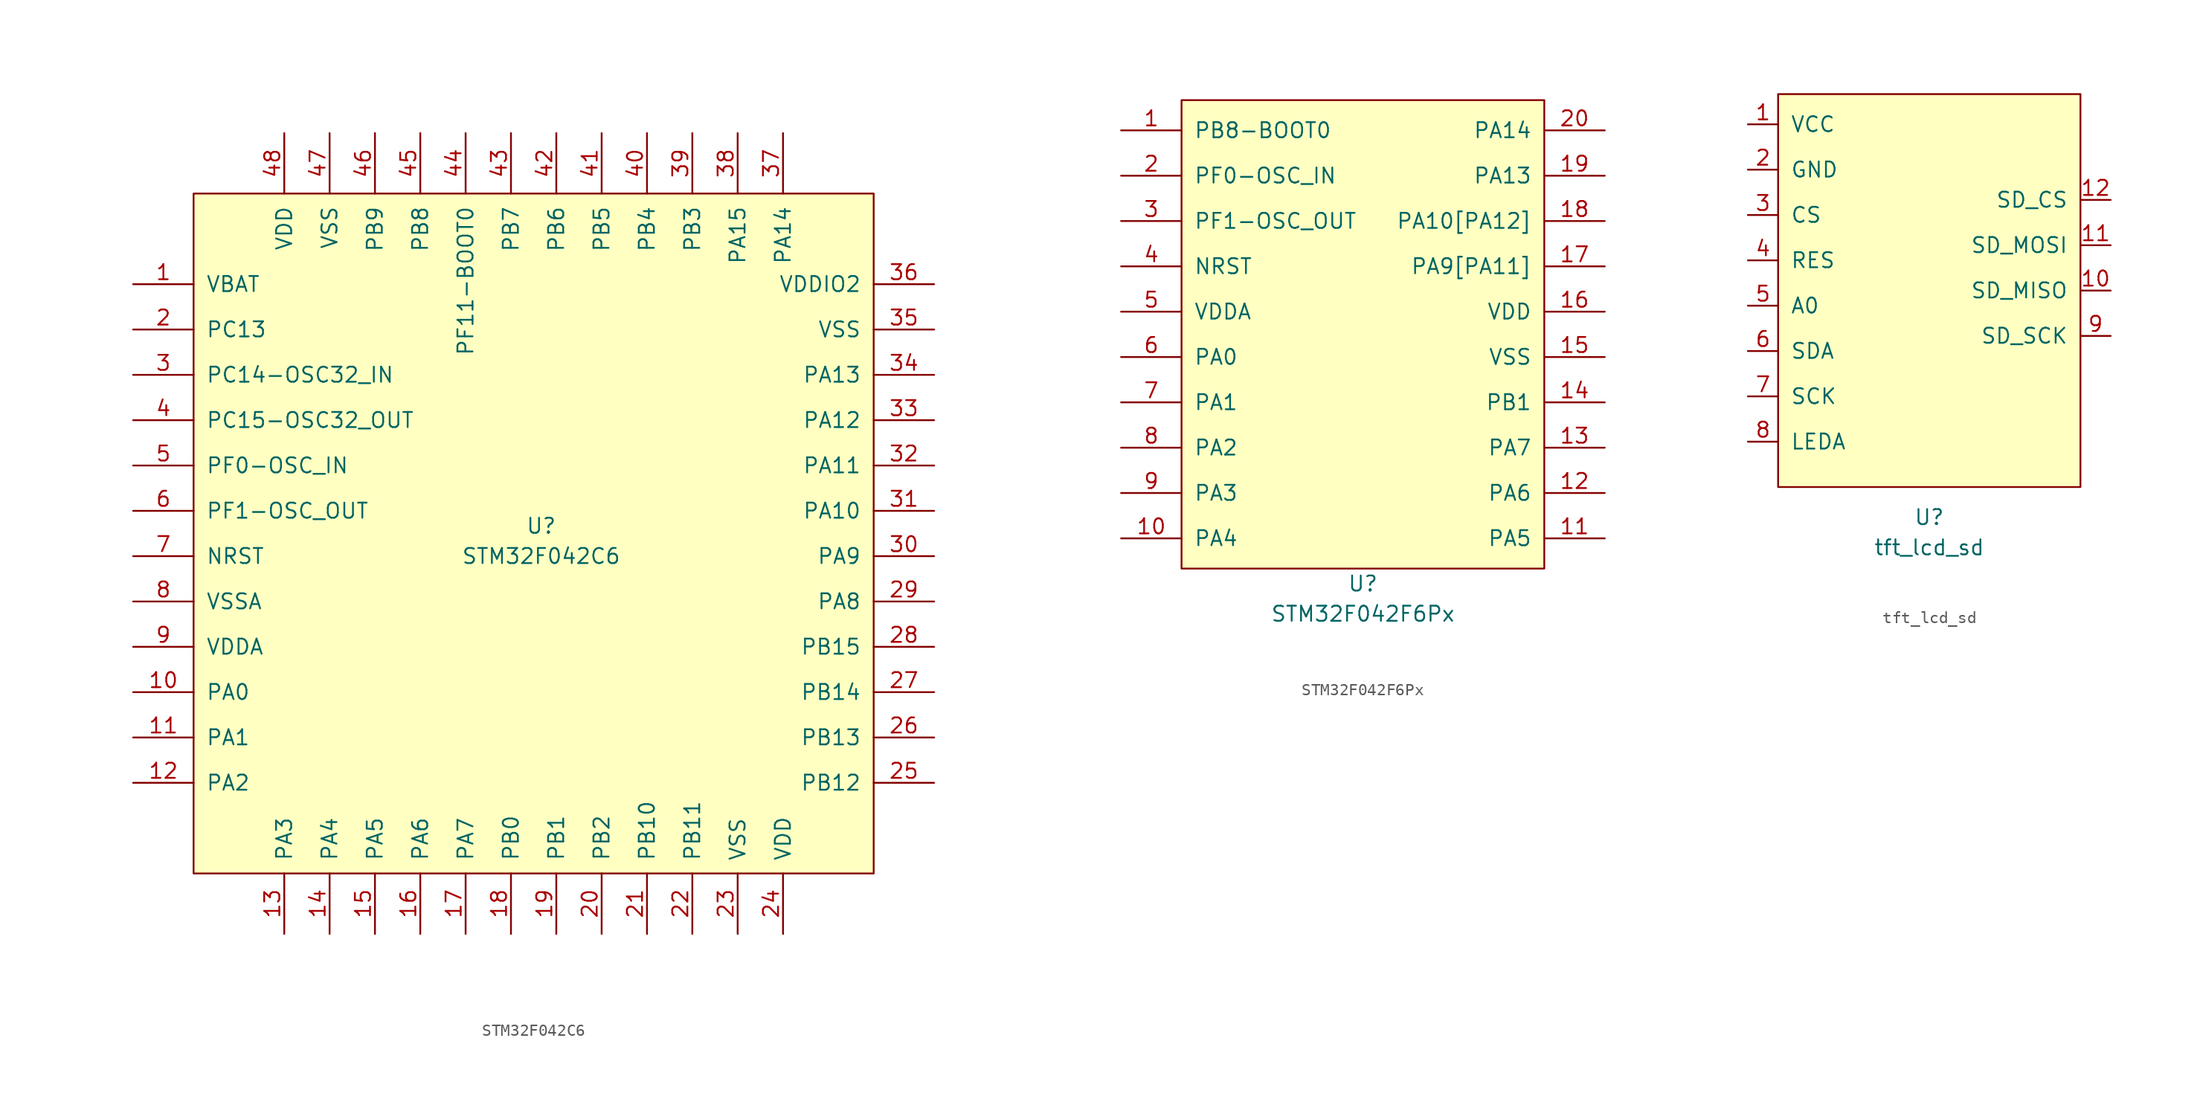
<source format=kicad_sym>
(kicad_symbol_lib
  (version 20211014)
  (generator kicad_symbol_editor)
  (symbol "STM32F042C6"
    (pin_names
      (offset 1.016))
    (property "Reference" "U"
      (at 0 1.27 0)
      (effects (font (size 1.27 1.27))))
    (property "Value" "STM32F042C6"
      (at 0 -1.27 0)
      (effects (font (size 1.27 1.27))))
    (symbol "STM32F042C6_0_1"
      (rectangle (start -29.21 29.21) (end 27.94 -27.94) (stroke (width 0) (type default) (color 0 0 0 0)) (fill (type background))))
    (symbol "STM32F042C6_1_1"
      (pin power_in line (at -34.29 21.59 0) (length 5.08) (name "VBAT" (effects (font (size 1.27 1.27)))) (number "1" (effects (font (size 1.27 1.27)))))
      (pin passive line (at -34.29 -12.7 0) (length 5.08) (name "PA0" (effects (font (size 1.27 1.27)))) (number "10" (effects (font (size 1.27 1.27)))))
      (pin passive line (at -34.29 -16.51 0) (length 5.08) (name "PA1" (effects (font (size 1.27 1.27)))) (number "11" (effects (font (size 1.27 1.27)))))
      (pin passive line (at -34.29 -20.32 0) (length 5.08) (name "PA2" (effects (font (size 1.27 1.27)))) (number "12" (effects (font (size 1.27 1.27)))))
      (pin passive line (at -21.59 -33.02 90) (length 5.08) (name "PA3" (effects (font (size 1.27 1.27)))) (number "13" (effects (font (size 1.27 1.27)))))
      (pin passive line (at -17.78 -33.02 90) (length 5.08) (name "PA4" (effects (font (size 1.27 1.27)))) (number "14" (effects (font (size 1.27 1.27)))))
      (pin passive line (at -13.97 -33.02 90) (length 5.08) (name "PA5" (effects (font (size 1.27 1.27)))) (number "15" (effects (font (size 1.27 1.27)))))
      (pin passive line (at -10.16 -33.02 90) (length 5.08) (name "PA6" (effects (font (size 1.27 1.27)))) (number "16" (effects (font (size 1.27 1.27)))))
      (pin passive line (at -6.35 -33.02 90) (length 5.08) (name "PA7" (effects (font (size 1.27 1.27)))) (number "17" (effects (font (size 1.27 1.27)))))
      (pin passive line (at -2.54 -33.02 90) (length 5.08) (name "PB0" (effects (font (size 1.27 1.27)))) (number "18" (effects (font (size 1.27 1.27)))))
      (pin passive line (at 1.27 -33.02 90) (length 5.08) (name "PB1" (effects (font (size 1.27 1.27)))) (number "19" (effects (font (size 1.27 1.27)))))
      (pin passive line (at -34.29 17.78 0) (length 5.08) (name "PC13" (effects (font (size 1.27 1.27)))) (number "2" (effects (font (size 1.27 1.27)))))
      (pin passive line (at 5.08 -33.02 90) (length 5.08) (name "PB2" (effects (font (size 1.27 1.27)))) (number "20" (effects (font (size 1.27 1.27)))))
      (pin passive line (at 8.89 -33.02 90) (length 5.08) (name "PB10" (effects (font (size 1.27 1.27)))) (number "21" (effects (font (size 1.27 1.27)))))
      (pin passive line (at 12.7 -33.02 90) (length 5.08) (name "PB11" (effects (font (size 1.27 1.27)))) (number "22" (effects (font (size 1.27 1.27)))))
      (pin power_in line (at 16.51 -33.02 90) (length 5.08) (name "VSS" (effects (font (size 1.27 1.27)))) (number "23" (effects (font (size 1.27 1.27)))))
      (pin power_in line (at 20.32 -33.02 90) (length 5.08) (name "VDD" (effects (font (size 1.27 1.27)))) (number "24" (effects (font (size 1.27 1.27)))))
      (pin passive line (at 33.02 -20.32 180) (length 5.08) (name "PB12" (effects (font (size 1.27 1.27)))) (number "25" (effects (font (size 1.27 1.27)))))
      (pin passive line (at 33.02 -16.51 180) (length 5.08) (name "PB13" (effects (font (size 1.27 1.27)))) (number "26" (effects (font (size 1.27 1.27)))))
      (pin passive line (at 33.02 -12.7 180) (length 5.08) (name "PB14" (effects (font (size 1.27 1.27)))) (number "27" (effects (font (size 1.27 1.27)))))
      (pin passive line (at 33.02 -8.89 180) (length 5.08) (name "PB15" (effects (font (size 1.27 1.27)))) (number "28" (effects (font (size 1.27 1.27)))))
      (pin passive line (at 33.02 -5.08 180) (length 5.08) (name "PA8" (effects (font (size 1.27 1.27)))) (number "29" (effects (font (size 1.27 1.27)))))
      (pin passive line (at -34.29 13.97 0) (length 5.08) (name "PC14-OSC32_IN" (effects (font (size 1.27 1.27)))) (number "3" (effects (font (size 1.27 1.27)))))
      (pin passive line (at 33.02 -1.27 180) (length 5.08) (name "PA9" (effects (font (size 1.27 1.27)))) (number "30" (effects (font (size 1.27 1.27)))))
      (pin passive line (at 33.02 2.54 180) (length 5.08) (name "PA10" (effects (font (size 1.27 1.27)))) (number "31" (effects (font (size 1.27 1.27)))))
      (pin passive line (at 33.02 6.35 180) (length 5.08) (name "PA11" (effects (font (size 1.27 1.27)))) (number "32" (effects (font (size 1.27 1.27)))))
      (pin passive line (at 33.02 10.16 180) (length 5.08) (name "PA12" (effects (font (size 1.27 1.27)))) (number "33" (effects (font (size 1.27 1.27)))))
      (pin passive line (at 33.02 13.97 180) (length 5.08) (name "PA13" (effects (font (size 1.27 1.27)))) (number "34" (effects (font (size 1.27 1.27)))))
      (pin power_in line (at 33.02 17.78 180) (length 5.08) (name "VSS" (effects (font (size 1.27 1.27)))) (number "35" (effects (font (size 1.27 1.27)))))
      (pin power_in line (at 33.02 21.59 180) (length 5.08) (name "VDDIO2" (effects (font (size 1.27 1.27)))) (number "36" (effects (font (size 1.27 1.27)))))
      (pin passive line (at 20.32 34.29 270) (length 5.08) (name "PA14" (effects (font (size 1.27 1.27)))) (number "37" (effects (font (size 1.27 1.27)))))
      (pin passive line (at 16.51 34.29 270) (length 5.08) (name "PA15" (effects (font (size 1.27 1.27)))) (number "38" (effects (font (size 1.27 1.27)))))
      (pin passive line (at 12.7 34.29 270) (length 5.08) (name "PB3" (effects (font (size 1.27 1.27)))) (number "39" (effects (font (size 1.27 1.27)))))
      (pin passive line (at -34.29 10.16 0) (length 5.08) (name "PC15-OSC32_OUT" (effects (font (size 1.27 1.27)))) (number "4" (effects (font (size 1.27 1.27)))))
      (pin passive line (at 8.89 34.29 270) (length 5.08) (name "PB4" (effects (font (size 1.27 1.27)))) (number "40" (effects (font (size 1.27 1.27)))))
      (pin passive line (at 5.08 34.29 270) (length 5.08) (name "PB5" (effects (font (size 1.27 1.27)))) (number "41" (effects (font (size 1.27 1.27)))))
      (pin passive line (at 1.27 34.29 270) (length 5.08) (name "PB6" (effects (font (size 1.27 1.27)))) (number "42" (effects (font (size 1.27 1.27)))))
      (pin passive line (at -2.54 34.29 270) (length 5.08) (name "PB7" (effects (font (size 1.27 1.27)))) (number "43" (effects (font (size 1.27 1.27)))))
      (pin passive line (at -6.35 34.29 270) (length 5.08) (name "PF11-BOOT0" (effects (font (size 1.27 1.27)))) (number "44" (effects (font (size 1.27 1.27)))))
      (pin passive line (at -10.16 34.29 270) (length 5.08) (name "PB8" (effects (font (size 1.27 1.27)))) (number "45" (effects (font (size 1.27 1.27)))))
      (pin passive line (at -13.97 34.29 270) (length 5.08) (name "PB9" (effects (font (size 1.27 1.27)))) (number "46" (effects (font (size 1.27 1.27)))))
      (pin power_in line (at -17.78 34.29 270) (length 5.08) (name "VSS" (effects (font (size 1.27 1.27)))) (number "47" (effects (font (size 1.27 1.27)))))
      (pin power_in line (at -21.59 34.29 270) (length 5.08) (name "VDD" (effects (font (size 1.27 1.27)))) (number "48" (effects (font (size 1.27 1.27)))))
      (pin passive line (at -34.29 6.35 0) (length 5.08) (name "PF0-OSC_IN" (effects (font (size 1.27 1.27)))) (number "5" (effects (font (size 1.27 1.27)))))
      (pin passive line (at -34.29 2.54 0) (length 5.08) (name "PF1-OSC_OUT" (effects (font (size 1.27 1.27)))) (number "6" (effects (font (size 1.27 1.27)))))
      (pin passive line (at -34.29 -1.27 0) (length 5.08) (name "NRST" (effects (font (size 1.27 1.27)))) (number "7" (effects (font (size 1.27 1.27)))))
      (pin power_in line (at -34.29 -5.08 0) (length 5.08) (name "VSSA" (effects (font (size 1.27 1.27)))) (number "8" (effects (font (size 1.27 1.27)))))
      (pin power_in line (at -34.29 -8.89 0) (length 5.08) (name "VDDA" (effects (font (size 1.27 1.27)))) (number "9" (effects (font (size 1.27 1.27)))))))
  (symbol "STM32F042F6Px"
    (pin_names
      (offset 1.016))
    (property "Reference" "U"
      (at 0 -17.78 0)
      (effects (font (size 1.27 1.27))))
    (property "Value" "STM32F042F6Px"
      (at 0 -20.32 0)
      (effects (font (size 1.27 1.27))))
    (symbol "STM32F042F6Px_0_1"
      (rectangle (start -15.24 22.86) (end 15.24 -16.51) (stroke (width 0) (type default) (color 0 0 0 0)) (fill (type background))))
    (symbol "STM32F042F6Px_1_1"
      (pin passive line (at -20.32 20.32 0) (length 5.08) (name "PB8-BOOT0" (effects (font (size 1.27 1.27)))) (number "1" (effects (font (size 1.27 1.27)))))
      (pin passive line (at -20.32 -13.97 0) (length 5.08) (name "PA4" (effects (font (size 1.27 1.27)))) (number "10" (effects (font (size 1.27 1.27)))))
      (pin passive line (at 20.32 -13.97 180) (length 5.08) (name "PA5" (effects (font (size 1.27 1.27)))) (number "11" (effects (font (size 1.27 1.27)))))
      (pin passive line (at 20.32 -10.16 180) (length 5.08) (name "PA6" (effects (font (size 1.27 1.27)))) (number "12" (effects (font (size 1.27 1.27)))))
      (pin passive line (at 20.32 -6.35 180) (length 5.08) (name "PA7" (effects (font (size 1.27 1.27)))) (number "13" (effects (font (size 1.27 1.27)))))
      (pin passive line (at 20.32 -2.54 180) (length 5.08) (name "PB1" (effects (font (size 1.27 1.27)))) (number "14" (effects (font (size 1.27 1.27)))))
      (pin power_in line (at 20.32 1.27 180) (length 5.08) (name "VSS" (effects (font (size 1.27 1.27)))) (number "15" (effects (font (size 1.27 1.27)))))
      (pin power_in line (at 20.32 5.08 180) (length 5.08) (name "VDD" (effects (font (size 1.27 1.27)))) (number "16" (effects (font (size 1.27 1.27)))))
      (pin passive line (at 20.32 8.89 180) (length 5.08) (name "PA9[PA11]" (effects (font (size 1.27 1.27)))) (number "17" (effects (font (size 1.27 1.27)))))
      (pin passive line (at 20.32 12.7 180) (length 5.08) (name "PA10[PA12]" (effects (font (size 1.27 1.27)))) (number "18" (effects (font (size 1.27 1.27)))))
      (pin passive line (at 20.32 16.51 180) (length 5.08) (name "PA13" (effects (font (size 1.27 1.27)))) (number "19" (effects (font (size 1.27 1.27)))))
      (pin passive line (at -20.32 16.51 0) (length 5.08) (name "PF0-OSC_IN" (effects (font (size 1.27 1.27)))) (number "2" (effects (font (size 1.27 1.27)))))
      (pin passive line (at 20.32 20.32 180) (length 5.08) (name "PA14" (effects (font (size 1.27 1.27)))) (number "20" (effects (font (size 1.27 1.27)))))
      (pin passive line (at -20.32 12.7 0) (length 5.08) (name "PF1-OSC_OUT" (effects (font (size 1.27 1.27)))) (number "3" (effects (font (size 1.27 1.27)))))
      (pin passive line (at -20.32 8.89 0) (length 5.08) (name "NRST" (effects (font (size 1.27 1.27)))) (number "4" (effects (font (size 1.27 1.27)))))
      (pin power_in line (at -20.32 5.08 0) (length 5.08) (name "VDDA" (effects (font (size 1.27 1.27)))) (number "5" (effects (font (size 1.27 1.27)))))
      (pin passive line (at -20.32 1.27 0) (length 5.08) (name "PA0" (effects (font (size 1.27 1.27)))) (number "6" (effects (font (size 1.27 1.27)))))
      (pin passive line (at -20.32 -2.54 0) (length 5.08) (name "PA1" (effects (font (size 1.27 1.27)))) (number "7" (effects (font (size 1.27 1.27)))))
      (pin passive line (at -20.32 -6.35 0) (length 5.08) (name "PA2" (effects (font (size 1.27 1.27)))) (number "8" (effects (font (size 1.27 1.27)))))
      (pin passive line (at -20.32 -10.16 0) (length 5.08) (name "PA3" (effects (font (size 1.27 1.27)))) (number "9" (effects (font (size 1.27 1.27)))))))
  (symbol "tft_lcd_sd"
    (pin_names
      (offset 1.016))
    (property "Reference" "U"
      (at 0 -21.59 0)
      (effects (font (size 1.27 1.27))))
    (property "Value" "tft_lcd_sd"
      (at 0 -24.13 0)
      (effects (font (size 1.27 1.27))))
    (symbol "tft_lcd_sd_0_1"
      (rectangle (start -12.7 13.97) (end 12.7 -19.05) (stroke (width 0) (type default) (color 0 0 0 0)) (fill (type background))))
    (symbol "tft_lcd_sd_1_1"
      (pin power_in line (at -15.24 11.43 0) (length 2.54) (name "VCC" (effects (font (size 1.27 1.27)))) (number "1" (effects (font (size 1.27 1.27)))))
      (pin input line (at 15.24 -2.54 180) (length 2.54) (name "SD_MISO" (effects (font (size 1.27 1.27)))) (number "10" (effects (font (size 1.27 1.27)))))
      (pin input line (at 15.24 1.27 180) (length 2.54) (name "SD_MOSI" (effects (font (size 1.27 1.27)))) (number "11" (effects (font (size 1.27 1.27)))))
      (pin input line (at 15.24 5.08 180) (length 2.54) (name "SD_CS" (effects (font (size 1.27 1.27)))) (number "12" (effects (font (size 1.27 1.27)))))
      (pin power_in line (at -15.24 7.62 0) (length 2.54) (name "GND" (effects (font (size 1.27 1.27)))) (number "2" (effects (font (size 1.27 1.27)))))
      (pin passive line (at -15.24 3.81 0) (length 2.54) (name "CS" (effects (font (size 1.27 1.27)))) (number "3" (effects (font (size 1.27 1.27)))))
      (pin passive line (at -15.24 0 0) (length 2.54) (name "RES" (effects (font (size 1.27 1.27)))) (number "4" (effects (font (size 1.27 1.27)))))
      (pin passive line (at -15.24 -3.81 0) (length 2.54) (name "A0" (effects (font (size 1.27 1.27)))) (number "5" (effects (font (size 1.27 1.27)))))
      (pin bidirectional line (at -15.24 -7.62 0) (length 2.54) (name "SDA" (effects (font (size 1.27 1.27)))) (number "6" (effects (font (size 1.27 1.27)))))
      (pin input line (at -15.24 -11.43 0) (length 2.54) (name "SCK" (effects (font (size 1.27 1.27)))) (number "7" (effects (font (size 1.27 1.27)))))
      (pin passive line (at -15.24 -15.24 0) (length 2.54) (name "LEDA" (effects (font (size 1.27 1.27)))) (number "8" (effects (font (size 1.27 1.27)))))
      (pin output line (at 15.24 -6.35 180) (length 2.54) (name "SD_SCK" (effects (font (size 1.27 1.27)))) (number "9" (effects (font (size 1.27 1.27))))))))
</source>
